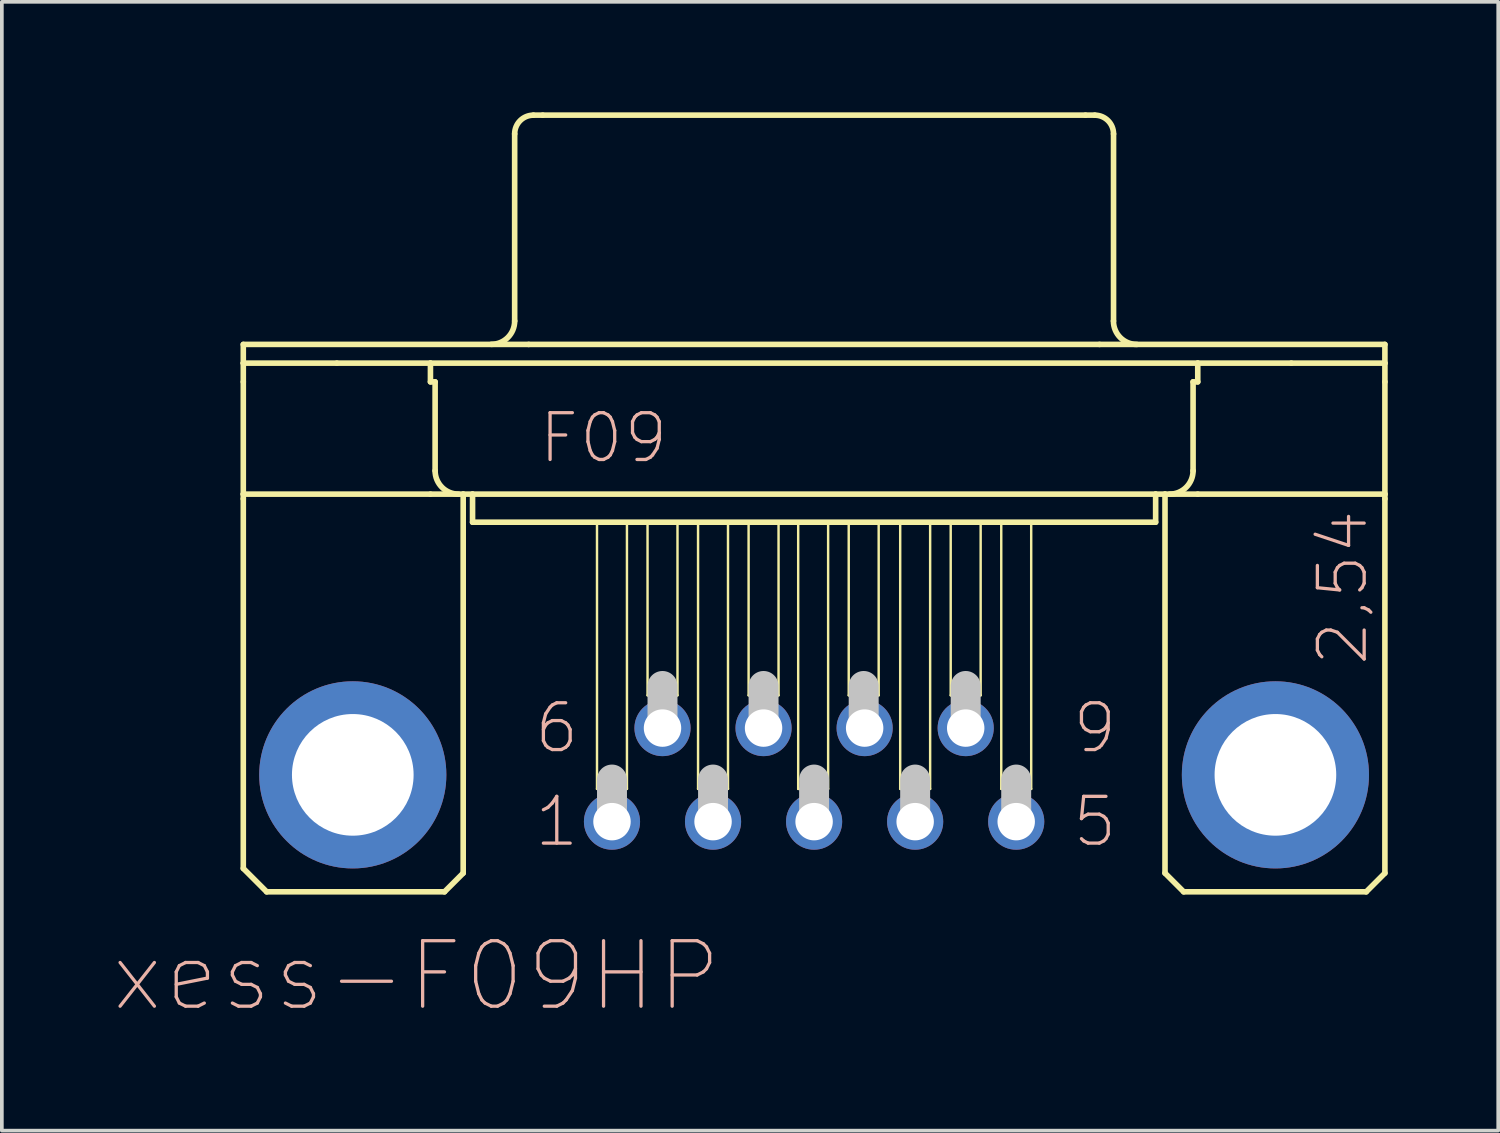
<source format=kicad_pcb>
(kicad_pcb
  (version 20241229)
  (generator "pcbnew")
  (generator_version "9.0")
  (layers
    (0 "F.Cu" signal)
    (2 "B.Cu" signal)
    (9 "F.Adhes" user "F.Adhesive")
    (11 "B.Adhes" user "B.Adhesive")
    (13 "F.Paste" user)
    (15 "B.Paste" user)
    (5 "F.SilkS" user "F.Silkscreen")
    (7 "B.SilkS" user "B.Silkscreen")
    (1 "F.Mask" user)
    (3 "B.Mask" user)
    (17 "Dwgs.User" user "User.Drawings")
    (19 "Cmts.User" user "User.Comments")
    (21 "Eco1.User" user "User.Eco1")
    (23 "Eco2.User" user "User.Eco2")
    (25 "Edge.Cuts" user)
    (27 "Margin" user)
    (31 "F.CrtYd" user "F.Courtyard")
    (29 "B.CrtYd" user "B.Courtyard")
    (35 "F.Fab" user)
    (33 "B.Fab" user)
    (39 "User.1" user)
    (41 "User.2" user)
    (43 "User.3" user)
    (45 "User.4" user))
  (footprint "xess-F09HP"
    (layer "F.Cu")
    (at 19.048 17.983)
    (property "Reference" "xess-F09HP" (at -10.795 5.461 0) (layer "B.SilkS") (effects (font (size 1.778 1.778) (thickness 0.089))))
    (attr exclude_from_pos_files exclude_from_bom)
    (fp_line (start -15.494 -11.684) (end -7.747 -11.684) (stroke (width 0.152) (type solid)) (layer "F.SilkS"))
    (fp_line (start -15.494 -11.684) (end 15.494 -11.684) (stroke (width 0.066) (type solid)) (layer "F.SilkS"))
    (fp_line (start -15.494 -11.176) (end -15.494 -11.684) (stroke (width 0.066) (type solid)) (layer "F.SilkS"))
    (fp_line (start -15.494 -11.176) (end -15.494 -11.684) (stroke (width 0.152) (type solid)) (layer "F.SilkS"))
    (fp_line (start -15.494 -11.176) (end -12.954 -11.176) (stroke (width 0.152) (type solid)) (layer "F.SilkS"))
    (fp_line (start -15.494 -11.176) (end 15.494 -11.176) (stroke (width 0.066) (type solid)) (layer "F.SilkS"))
    (fp_line (start -15.494 -10.668) (end -15.494 -11.176) (stroke (width 0.152) (type solid)) (layer "F.SilkS"))
    (fp_line (start -15.494 -7.62) (end -15.494 -10.668) (stroke (width 0.152) (type solid)) (layer "F.SilkS"))
    (fp_line (start -15.494 -7.62) (end -15.494 -7.493) (stroke (width 0.152) (type solid)) (layer "F.SilkS"))
    (fp_line (start -15.494 -7.62) (end -10.414 -7.62) (stroke (width 0.152) (type solid)) (layer "F.SilkS"))
    (fp_line (start -15.494 2.54) (end -15.494 -7.493) (stroke (width 0.152) (type solid)) (layer "F.SilkS"))
    (fp_line (start -14.859 3.175) (end -15.494 2.54) (stroke (width 0.152) (type solid)) (layer "F.SilkS"))
    (fp_line (start -12.954 -11.176) (end -10.414 -11.176) (stroke (width 0.152) (type solid)) (layer "F.SilkS"))
    (fp_line (start -10.414 -11.176) (end 10.414 -11.176) (stroke (width 0.152) (type solid)) (layer "F.SilkS"))
    (fp_line (start -10.414 -10.668) (end -10.414 -11.176) (stroke (width 0.152) (type solid)) (layer "F.SilkS"))
    (fp_line (start -10.414 -10.668) (end -10.287 -10.668) (stroke (width 0.152) (type solid)) (layer "F.SilkS"))
    (fp_line (start -10.414 -7.62) (end -9.525 -7.62) (stroke (width 0.152) (type solid)) (layer "F.SilkS"))
    (fp_line (start -10.287 -8.255) (end -10.287 -10.668) (stroke (width 0.152) (type solid)) (layer "F.SilkS"))
    (fp_line (start -10.033 3.175) (end -14.859 3.175) (stroke (width 0.152) (type solid)) (layer "F.SilkS"))
    (fp_line (start -10.033 3.175) (end -9.525 2.667) (stroke (width 0.152) (type solid)) (layer "F.SilkS"))
    (fp_line (start -9.525 -7.62) (end -9.271 -7.62) (stroke (width 0.152) (type solid)) (layer "F.SilkS"))
    (fp_line (start -9.525 2.667) (end -9.525 -7.62) (stroke (width 0.152) (type solid)) (layer "F.SilkS"))
    (fp_line (start -9.271 -7.62) (end -9.271 -6.858) (stroke (width 0.152) (type solid)) (layer "F.SilkS"))
    (fp_line (start -9.271 -7.62) (end 9.271 -7.62) (stroke (width 0.066) (type solid)) (layer "F.SilkS"))
    (fp_line (start -9.271 -7.62) (end 9.271 -7.62) (stroke (width 0.152) (type solid)) (layer "F.SilkS"))
    (fp_line (start -9.271 -6.858) (end -9.271 -7.62) (stroke (width 0.066) (type solid)) (layer "F.SilkS"))
    (fp_line (start -9.271 -6.858) (end 9.271 -6.858) (stroke (width 0.066) (type solid)) (layer "F.SilkS"))
    (fp_line (start -9.271 -6.858) (end 9.271 -6.858) (stroke (width 0.152) (type solid)) (layer "F.SilkS"))
    (fp_line (start -8.128 -12.319) (end -8.128 -17.399) (stroke (width 0.152) (type solid)) (layer "F.SilkS"))
    (fp_line (start -7.747 -11.684) (end 7.747 -11.684) (stroke (width 0.152) (type solid)) (layer "F.SilkS"))
    (fp_line (start -7.62 -17.907) (end -7.366 -17.907) (stroke (width 0.152) (type solid)) (layer "F.SilkS"))
    (fp_line (start -7.366 -17.907) (end 7.366 -17.907) (stroke (width 0.152) (type solid)) (layer "F.SilkS"))
    (fp_line (start -5.893 -6.858) (end -5.08 -6.858) (stroke (width 0.066) (type solid)) (layer "F.SilkS"))
    (fp_line (start -5.893 0.381) (end -5.893 -6.858) (stroke (width 0.066) (type solid)) (layer "F.SilkS"))
    (fp_line (start -5.893 0.381) (end -5.08 0.381) (stroke (width 0.066) (type solid)) (layer "F.SilkS"))
    (fp_line (start -5.08 0.381) (end -5.08 -6.858) (stroke (width 0.066) (type solid)) (layer "F.SilkS"))
    (fp_line (start -4.521 -6.858) (end -3.708 -6.858) (stroke (width 0.066) (type solid)) (layer "F.SilkS"))
    (fp_line (start -4.521 -2.159) (end -4.521 -6.858) (stroke (width 0.066) (type solid)) (layer "F.SilkS"))
    (fp_line (start -4.521 -2.159) (end -3.708 -2.159) (stroke (width 0.066) (type solid)) (layer "F.SilkS"))
    (fp_line (start -3.708 -2.159) (end -3.708 -6.858) (stroke (width 0.066) (type solid)) (layer "F.SilkS"))
    (fp_line (start -3.15 -6.858) (end -2.337 -6.858) (stroke (width 0.066) (type solid)) (layer "F.SilkS"))
    (fp_line (start -3.15 0.381) (end -3.15 -6.858) (stroke (width 0.066) (type solid)) (layer "F.SilkS"))
    (fp_line (start -3.15 0.381) (end -2.337 0.381) (stroke (width 0.066) (type solid)) (layer "F.SilkS"))
    (fp_line (start -2.337 0.381) (end -2.337 -6.858) (stroke (width 0.066) (type solid)) (layer "F.SilkS"))
    (fp_line (start -1.778 -6.858) (end -0.965 -6.858) (stroke (width 0.066) (type solid)) (layer "F.SilkS"))
    (fp_line (start -1.778 -2.159) (end -1.778 -6.858) (stroke (width 0.066) (type solid)) (layer "F.SilkS"))
    (fp_line (start -1.778 -2.159) (end -0.965 -2.159) (stroke (width 0.066) (type solid)) (layer "F.SilkS"))
    (fp_line (start -0.965 -2.159) (end -0.965 -6.858) (stroke (width 0.066) (type solid)) (layer "F.SilkS"))
    (fp_line (start -0.432 -6.858) (end 0.381 -6.858) (stroke (width 0.066) (type solid)) (layer "F.SilkS"))
    (fp_line (start -0.432 0.381) (end -0.432 -6.858) (stroke (width 0.066) (type solid)) (layer "F.SilkS"))
    (fp_line (start -0.432 0.381) (end 0.381 0.381) (stroke (width 0.066) (type solid)) (layer "F.SilkS"))
    (fp_line (start 0.381 0.381) (end 0.381 -6.858) (stroke (width 0.066) (type solid)) (layer "F.SilkS"))
    (fp_line (start 0.94 -6.858) (end 1.753 -6.858) (stroke (width 0.066) (type solid)) (layer "F.SilkS"))
    (fp_line (start 0.94 -2.159) (end 0.94 -6.858) (stroke (width 0.066) (type solid)) (layer "F.SilkS"))
    (fp_line (start 0.94 -2.159) (end 1.753 -2.159) (stroke (width 0.066) (type solid)) (layer "F.SilkS"))
    (fp_line (start 1.753 -2.159) (end 1.753 -6.858) (stroke (width 0.066) (type solid)) (layer "F.SilkS"))
    (fp_line (start 2.337 -6.858) (end 3.15 -6.858) (stroke (width 0.066) (type solid)) (layer "F.SilkS"))
    (fp_line (start 2.337 0.381) (end 2.337 -6.858) (stroke (width 0.066) (type solid)) (layer "F.SilkS"))
    (fp_line (start 2.337 0.381) (end 3.15 0.381) (stroke (width 0.066) (type solid)) (layer "F.SilkS"))
    (fp_line (start 3.15 0.381) (end 3.15 -6.858) (stroke (width 0.066) (type solid)) (layer "F.SilkS"))
    (fp_line (start 3.708 -6.858) (end 4.521 -6.858) (stroke (width 0.066) (type solid)) (layer "F.SilkS"))
    (fp_line (start 3.708 -2.159) (end 3.708 -6.858) (stroke (width 0.066) (type solid)) (layer "F.SilkS"))
    (fp_line (start 3.708 -2.159) (end 4.521 -2.159) (stroke (width 0.066) (type solid)) (layer "F.SilkS"))
    (fp_line (start 4.521 -2.159) (end 4.521 -6.858) (stroke (width 0.066) (type solid)) (layer "F.SilkS"))
    (fp_line (start 5.08 -6.858) (end 5.893 -6.858) (stroke (width 0.066) (type solid)) (layer "F.SilkS"))
    (fp_line (start 5.08 0.381) (end 5.08 -6.858) (stroke (width 0.066) (type solid)) (layer "F.SilkS"))
    (fp_line (start 5.08 0.381) (end 5.893 0.381) (stroke (width 0.066) (type solid)) (layer "F.SilkS"))
    (fp_line (start 5.893 0.381) (end 5.893 -6.858) (stroke (width 0.066) (type solid)) (layer "F.SilkS"))
    (fp_line (start 7.366 -17.907) (end 7.62 -17.907) (stroke (width 0.152) (type solid)) (layer "F.SilkS"))
    (fp_line (start 7.747 -11.684) (end 15.494 -11.684) (stroke (width 0.152) (type solid)) (layer "F.SilkS"))
    (fp_line (start 8.128 -12.319) (end 8.128 -17.399) (stroke (width 0.152) (type solid)) (layer "F.SilkS"))
    (fp_line (start 9.271 -7.62) (end 9.271 -6.858) (stroke (width 0.152) (type solid)) (layer "F.SilkS"))
    (fp_line (start 9.271 -7.62) (end 9.525 -7.62) (stroke (width 0.152) (type solid)) (layer "F.SilkS"))
    (fp_line (start 9.271 -6.858) (end 9.271 -7.62) (stroke (width 0.066) (type solid)) (layer "F.SilkS"))
    (fp_line (start 9.525 -7.62) (end 10.414 -7.62) (stroke (width 0.152) (type solid)) (layer "F.SilkS"))
    (fp_line (start 9.525 2.667) (end 9.525 -7.62) (stroke (width 0.152) (type solid)) (layer "F.SilkS"))
    (fp_line (start 9.525 2.667) (end 10.033 3.175) (stroke (width 0.152) (type solid)) (layer "F.SilkS"))
    (fp_line (start 10.033 3.175) (end 14.986 3.175) (stroke (width 0.152) (type solid)) (layer "F.SilkS"))
    (fp_line (start 10.287 -10.668) (end 10.414 -10.668) (stroke (width 0.152) (type solid)) (layer "F.SilkS"))
    (fp_line (start 10.287 -8.255) (end 10.287 -10.668) (stroke (width 0.152) (type solid)) (layer "F.SilkS"))
    (fp_line (start 10.414 -11.176) (end 12.954 -11.176) (stroke (width 0.152) (type solid)) (layer "F.SilkS"))
    (fp_line (start 10.414 -10.668) (end 10.414 -11.176) (stroke (width 0.152) (type solid)) (layer "F.SilkS"))
    (fp_line (start 10.414 -7.62) (end 15.494 -7.62) (stroke (width 0.152) (type solid)) (layer "F.SilkS"))
    (fp_line (start 12.954 -11.176) (end 15.494 -11.176) (stroke (width 0.152) (type solid)) (layer "F.SilkS"))
    (fp_line (start 14.986 3.175) (end 15.494 2.667) (stroke (width 0.152) (type solid)) (layer "F.SilkS"))
    (fp_line (start 15.494 -11.684) (end 15.494 -11.176) (stroke (width 0.152) (type solid)) (layer "F.SilkS"))
    (fp_line (start 15.494 -11.176) (end 15.494 -11.684) (stroke (width 0.066) (type solid)) (layer "F.SilkS"))
    (fp_line (start 15.494 -11.176) (end 15.494 -10.668) (stroke (width 0.152) (type solid)) (layer "F.SilkS"))
    (fp_line (start 15.494 -10.668) (end 15.494 -7.62) (stroke (width 0.152) (type solid)) (layer "F.SilkS"))
    (fp_line (start 15.494 -7.62) (end 15.494 -7.493) (stroke (width 0.152) (type solid)) (layer "F.SilkS"))
    (fp_line (start 15.494 2.667) (end 15.494 -7.493) (stroke (width 0.152) (type solid)) (layer "F.SilkS"))
    (fp_arc (start -9.652 -7.62) (mid -10.101013 -7.805987) (end -10.287 -8.255) (stroke (width 0.1524) (type solid)) (layer "F.SilkS"))
    (fp_arc (start -8.128 -17.399) (mid -7.97921 -17.75821) (end -7.62 -17.907) (stroke (width 0.1524) (type solid)) (layer "F.SilkS"))
    (fp_arc (start -8.128 -12.319) (mid -8.313243 -11.871783) (end -8.76046 -11.68654) (stroke (width 0.1524) (type solid)) (layer "F.SilkS"))
    (fp_arc (start 7.62 -17.907) (mid 7.97921 -17.75821) (end 8.128 -17.399) (stroke (width 0.1524) (type solid)) (layer "F.SilkS"))
    (fp_arc (start 8.76046 -11.684) (mid 8.311447 -11.869987) (end 8.12546 -12.319) (stroke (width 0.1524) (type solid)) (layer "F.SilkS"))
    (fp_arc (start 10.287 -8.255) (mid 10.101013 -7.805987) (end 9.652 -7.62) (stroke (width 0.1524) (type solid)) (layer "F.SilkS"))
    (fp_circle (center -12.522 0) (end -13.348 0.826) (stroke (width 0.076) (type solid)) (fill no) (layer "F.SilkS"))
    (fp_circle (center 12.522 0) (end 13.348 0.826) (stroke (width 0.076) (type solid)) (fill no) (layer "F.SilkS"))
    (fp_line (start -5.486 1.143) (end -5.486 0.127) (stroke (width 0.813) (type solid)) (layer "Dwgs.User"))
    (fp_line (start -4.115 -1.397) (end -4.115 -2.413) (stroke (width 0.813) (type solid)) (layer "Dwgs.User"))
    (fp_line (start -2.743 1.143) (end -2.743 0.127) (stroke (width 0.813) (type solid)) (layer "Dwgs.User"))
    (fp_line (start -1.372 -1.397) (end -1.372 -2.413) (stroke (width 0.813) (type solid)) (layer "Dwgs.User"))
    (fp_line (start 0 1.143) (end 0 0.127) (stroke (width 0.813) (type solid)) (layer "Dwgs.User"))
    (fp_line (start 1.346 -1.397) (end 1.346 -2.413) (stroke (width 0.813) (type solid)) (layer "Dwgs.User"))
    (fp_line (start 2.743 1.143) (end 2.743 0.127) (stroke (width 0.813) (type solid)) (layer "Dwgs.User"))
    (fp_line (start 4.115 -1.397) (end 4.115 -2.413) (stroke (width 0.813) (type solid)) (layer "Dwgs.User"))
    (fp_line (start 5.486 1.143) (end 5.486 0.127) (stroke (width 0.813) (type solid)) (layer "Dwgs.User"))
    (fp_text user "F09" (at -5.715 -9.144 0) (layer "B.SilkS") (effects (font (size 1.27 1.27) (thickness 0.089))))
    (fp_text user "6" (at -6.985 -1.27 0) (layer "B.SilkS") (effects (font (size 1.27 1.27) (thickness 0.089))))
    (fp_text user "1" (at -6.985 1.27 0) (layer "B.SilkS") (effects (font (size 1.27 1.27) (thickness 0.089))))
    (fp_text user "5" (at 7.62 1.27 0) (layer "B.SilkS") (effects (font (size 1.27 1.27) (thickness 0.089))))
    (fp_text user "2,54" (at 14.348 -5.08 90) (layer "B.SilkS") (effects (font (size 1.27 1.27) (thickness 0.089))))
    (fp_text user "9" (at 7.62 -1.27 0) (layer "B.SilkS") (effects (font (size 1.27 1.27) (thickness 0.089))))
    (pad "1" thru_hole circle (at -5.486 1.27) (size 1.524 1.524) (drill 1.016) (layers "*.Cu" "*.Mask"))
    (pad "2" thru_hole circle (at -2.743 1.27) (size 1.524 1.524) (drill 1.016) (layers "*.Cu" "*.Mask"))
    (pad "3" thru_hole circle (at 0 1.27) (size 1.524 1.524) (drill 1.016) (layers "*.Cu" "*.Mask"))
    (pad "4" thru_hole circle (at 2.743 1.27) (size 1.524 1.524) (drill 1.016) (layers "*.Cu" "*.Mask"))
    (pad "5" thru_hole circle (at 5.486 1.27) (size 1.524 1.524) (drill 1.016) (layers "*.Cu" "*.Mask"))
    (pad "6" thru_hole circle (at -4.115 -1.27) (size 1.524 1.524) (drill 1.016) (layers "*.Cu" "*.Mask"))
    (pad "7" thru_hole circle (at -1.372 -1.27) (size 1.524 1.524) (drill 1.016) (layers "*.Cu" "*.Mask"))
    (pad "8" thru_hole circle (at 1.372 -1.27) (size 1.524 1.524) (drill 1.016) (layers "*.Cu" "*.Mask"))
    (pad "9" thru_hole circle (at 4.115 -1.27) (size 1.524 1.524) (drill 1.016) (layers "*.Cu" "*.Mask"))
    (pad "G1" thru_hole circle (at -12.522 0) (size 5.08 5.08) (drill 3.302) (layers "*.Cu" "*.Mask"))
    (pad "G2" thru_hole circle (at 12.522 0) (size 5.08 5.08) (drill 3.302) (layers "*.Cu" "*.Mask")))
  (gr_rect
    (start -3 -3)
    (end 37.618 27.64)
    (stroke (width 0.1) (type default))
    (fill no)
    (layer "Edge.Cuts")))
</source>
